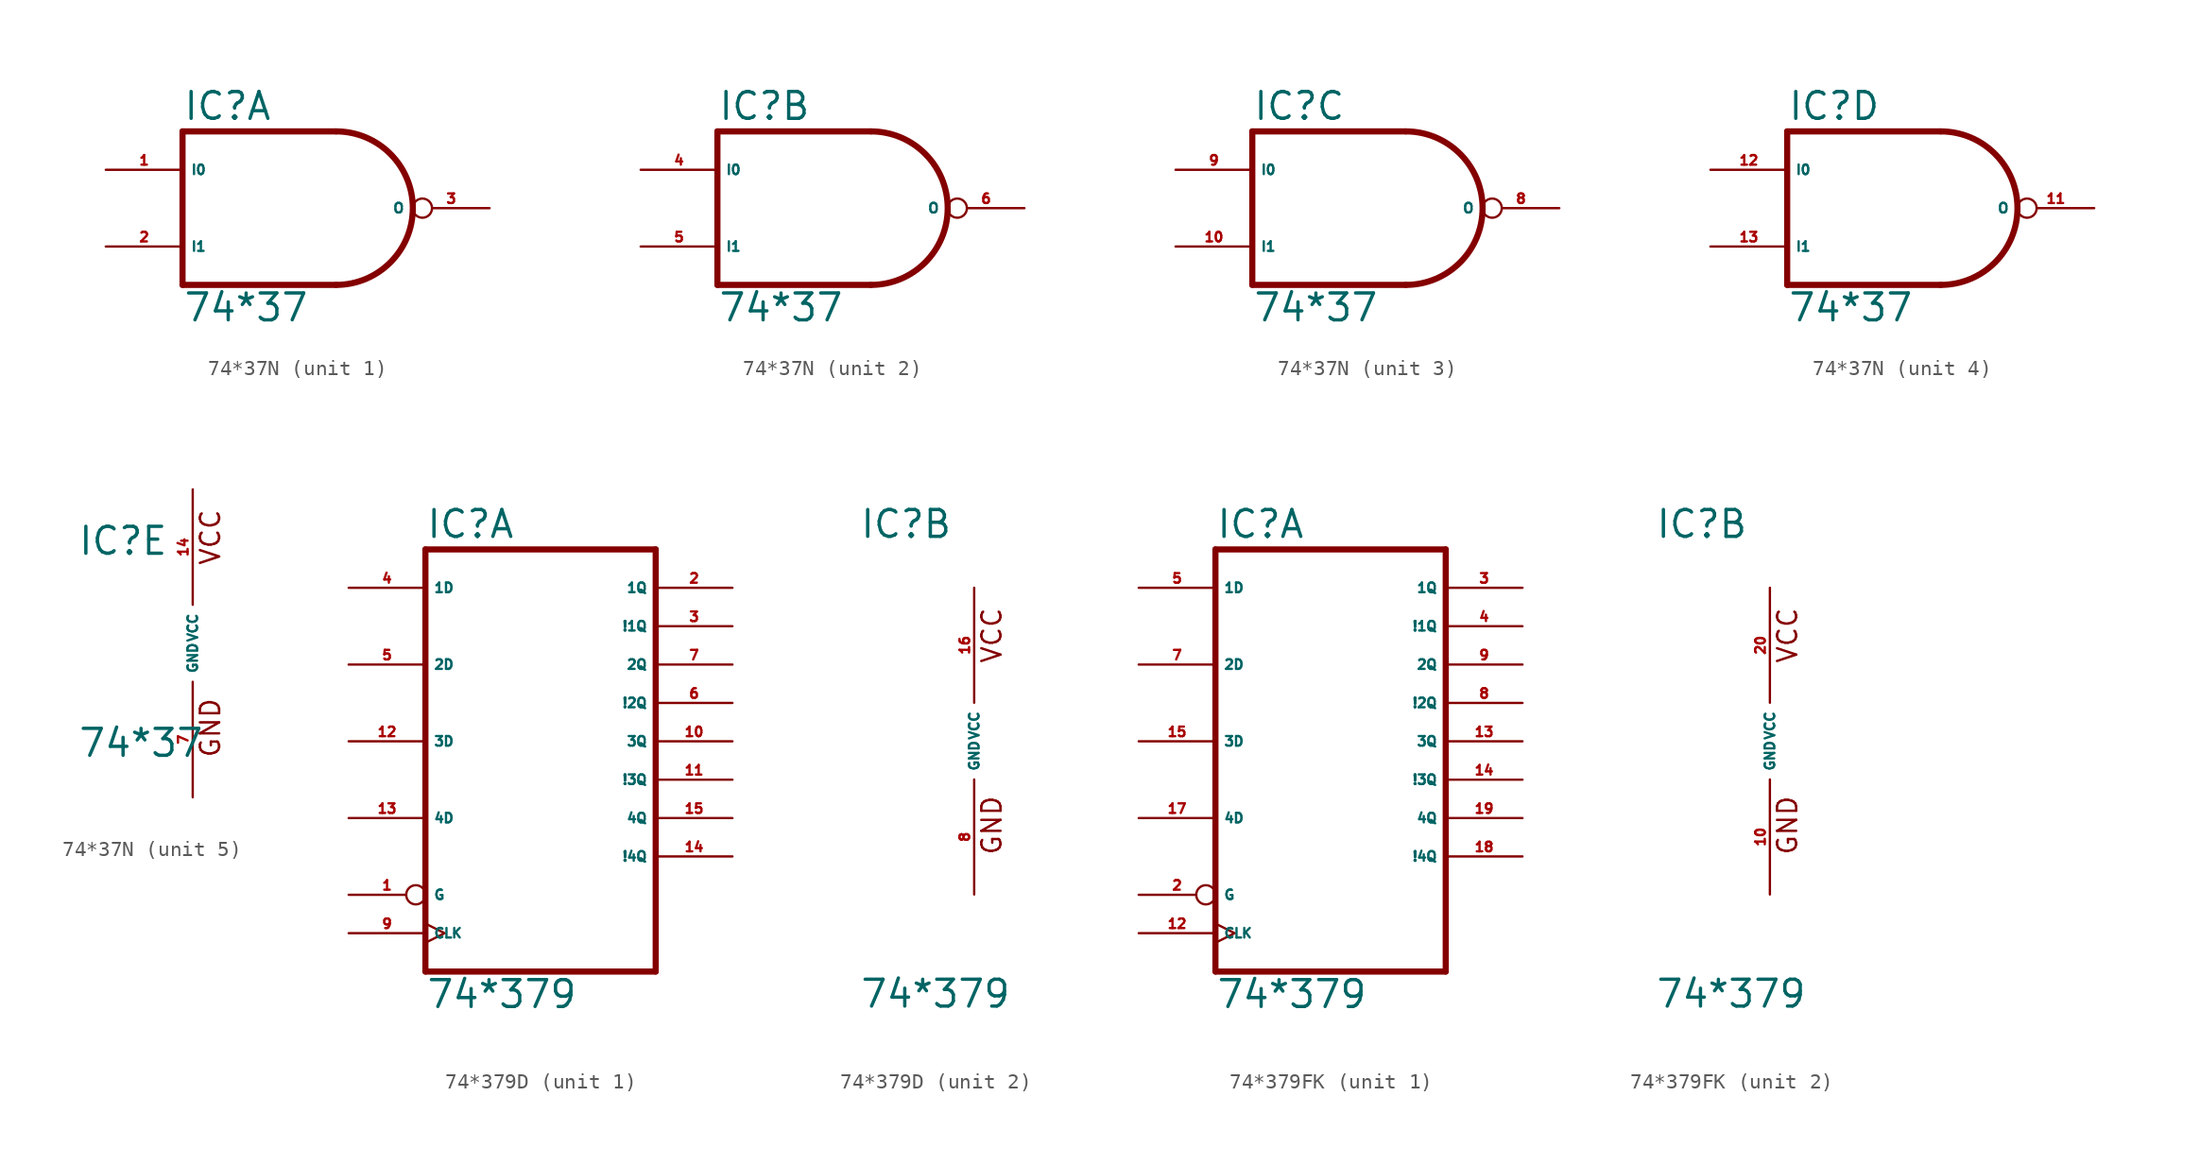
<source format=kicad_sym>
(kicad_symbol_lib
  (version 20220914)
  (generator Eagle2Kicad)
  (symbol "74*37N"
    (property "Reference" "IC"
      (at -7.62 5.715 0)
      (effects (font (size 1.778 1.778) (thickness 0.22)) (justify left bottom)))
    (property "Value" "74*37"
      (at -7.62 -7.62 0)
      (effects (font (size 1.778 1.778) (thickness 0.22)) (justify left bottom)))
    (symbol "74*37N_1_0"
      (polyline (pts (xy 2.54 5.08) (xy -7.62 5.08)) (stroke (width 0.406) (type default)) (fill (type none)))
      (polyline (pts (xy -7.62 5.08) (xy -7.62 -5.08)) (stroke (width 0.406) (type default)) (fill (type none)))
      (polyline (pts (xy -7.62 -5.08) (xy 2.54 -5.08)) (stroke (width 0.406) (type default)) (fill (type none)))
      (arc (start 2.54 -5.08) (mid 7.620 0.000) (end 2.54 5.08) (stroke (width 0.4064) (type default)) (fill (type none)))
      (pin input line (at -12.7 2.54 0) (length 5.08) (name "I0" (effects (font (size 0.635 0.635) (thickness 0.08)) (justify left bottom))) (number "1" (effects (font (size 0.635 0.635) (thickness 0.08)) (justify left bottom))))
      (pin input line (at -12.7 -2.54 0) (length 5.08) (name "I1" (effects (font (size 0.635 0.635) (thickness 0.08)) (justify left bottom))) (number "2" (effects (font (size 0.635 0.635) (thickness 0.08)) (justify left bottom))))
      (pin output inverted (at 12.7 0 180) (length 5.08) (name "O" (effects (font (size 0.635 0.635) (thickness 0.08)) (justify left bottom))) (number "3" (effects (font (size 0.635 0.635) (thickness 0.08)) (justify left bottom)))))
    (symbol "74*37N_2_0"
      (polyline (pts (xy 2.54 5.08) (xy -7.62 5.08)) (stroke (width 0.406) (type default)) (fill (type none)))
      (polyline (pts (xy -7.62 5.08) (xy -7.62 -5.08)) (stroke (width 0.406) (type default)) (fill (type none)))
      (polyline (pts (xy -7.62 -5.08) (xy 2.54 -5.08)) (stroke (width 0.406) (type default)) (fill (type none)))
      (arc (start 2.54 -5.08) (mid 7.620 0.000) (end 2.54 5.08) (stroke (width 0.4064) (type default)) (fill (type none)))
      (pin input line (at -12.7 2.54 0) (length 5.08) (name "I0" (effects (font (size 0.635 0.635) (thickness 0.08)) (justify left bottom))) (number "4" (effects (font (size 0.635 0.635) (thickness 0.08)) (justify left bottom))))
      (pin input line (at -12.7 -2.54 0) (length 5.08) (name "I1" (effects (font (size 0.635 0.635) (thickness 0.08)) (justify left bottom))) (number "5" (effects (font (size 0.635 0.635) (thickness 0.08)) (justify left bottom))))
      (pin output inverted (at 12.7 0 180) (length 5.08) (name "O" (effects (font (size 0.635 0.635) (thickness 0.08)) (justify left bottom))) (number "6" (effects (font (size 0.635 0.635) (thickness 0.08)) (justify left bottom)))))
    (symbol "74*37N_3_0"
      (polyline (pts (xy 2.54 5.08) (xy -7.62 5.08)) (stroke (width 0.406) (type default)) (fill (type none)))
      (polyline (pts (xy -7.62 5.08) (xy -7.62 -5.08)) (stroke (width 0.406) (type default)) (fill (type none)))
      (polyline (pts (xy -7.62 -5.08) (xy 2.54 -5.08)) (stroke (width 0.406) (type default)) (fill (type none)))
      (arc (start 2.54 -5.08) (mid 7.620 0.000) (end 2.54 5.08) (stroke (width 0.4064) (type default)) (fill (type none)))
      (pin input line (at -12.7 2.54 0) (length 5.08) (name "I0" (effects (font (size 0.635 0.635) (thickness 0.08)) (justify left bottom))) (number "9" (effects (font (size 0.635 0.635) (thickness 0.08)) (justify left bottom))))
      (pin input line (at -12.7 -2.54 0) (length 5.08) (name "I1" (effects (font (size 0.635 0.635) (thickness 0.08)) (justify left bottom))) (number "10" (effects (font (size 0.635 0.635) (thickness 0.08)) (justify left bottom))))
      (pin output inverted (at 12.7 0 180) (length 5.08) (name "O" (effects (font (size 0.635 0.635) (thickness 0.08)) (justify left bottom))) (number "8" (effects (font (size 0.635 0.635) (thickness 0.08)) (justify left bottom)))))
    (symbol "74*37N_4_0"
      (polyline (pts (xy 2.54 5.08) (xy -7.62 5.08)) (stroke (width 0.406) (type default)) (fill (type none)))
      (polyline (pts (xy -7.62 5.08) (xy -7.62 -5.08)) (stroke (width 0.406) (type default)) (fill (type none)))
      (polyline (pts (xy -7.62 -5.08) (xy 2.54 -5.08)) (stroke (width 0.406) (type default)) (fill (type none)))
      (arc (start 2.54 -5.08) (mid 7.620 0.000) (end 2.54 5.08) (stroke (width 0.4064) (type default)) (fill (type none)))
      (pin input line (at -12.7 2.54 0) (length 5.08) (name "I0" (effects (font (size 0.635 0.635) (thickness 0.08)) (justify left bottom))) (number "12" (effects (font (size 0.635 0.635) (thickness 0.08)) (justify left bottom))))
      (pin input line (at -12.7 -2.54 0) (length 5.08) (name "I1" (effects (font (size 0.635 0.635) (thickness 0.08)) (justify left bottom))) (number "13" (effects (font (size 0.635 0.635) (thickness 0.08)) (justify left bottom))))
      (pin output inverted (at 12.7 0 180) (length 5.08) (name "O" (effects (font (size 0.635 0.635) (thickness 0.08)) (justify left bottom))) (number "11" (effects (font (size 0.635 0.635) (thickness 0.08)) (justify left bottom)))))
    (symbol "74*37N_5_0"
      (text "GND" (at 1.905 -7.62 900) (effects (font (size 1.27 1.27) (thickness 0.16)) (justify left bottom)))
      (text "VCC" (at 1.905 5.08 900) (effects (font (size 1.27 1.27) (thickness 0.16)) (justify left bottom)))
      (pin unspecified line (at 0 -10.16 90) (length 7.62) (name "GND" (effects (font (size 0.635 0.635) (thickness 0.08)) (justify left bottom))) (number "7" (effects (font (size 0.635 0.635) (thickness 0.08)) (justify left bottom))))
      (pin unspecified line (at 0 10.16 270) (length 7.62) (name "VCC" (effects (font (size 0.635 0.635) (thickness 0.08)) (justify left bottom))) (number "14" (effects (font (size 0.635 0.635) (thickness 0.08)) (justify left bottom))))))
  (symbol "74*379D"
    (property "Reference" "IC"
      (at -7.62 13.335 0)
      (effects (font (size 1.778 1.778) (thickness 0.22)) (justify left bottom)))
    (property "Value" "74*379"
      (at -7.62 -17.78 0)
      (effects (font (size 1.778 1.778) (thickness 0.22)) (justify left bottom)))
    (symbol "74*379D_1_0"
      (polyline (pts (xy -7.62 -15.24) (xy 7.62 -15.24)) (stroke (width 0.406) (type default)) (fill (type none)))
      (polyline (pts (xy 7.62 -15.24) (xy 7.62 12.7)) (stroke (width 0.406) (type default)) (fill (type none)))
      (polyline (pts (xy 7.62 12.7) (xy -7.62 12.7)) (stroke (width 0.406) (type default)) (fill (type none)))
      (polyline (pts (xy -7.62 12.7) (xy -7.62 -15.24)) (stroke (width 0.406) (type default)) (fill (type none)))
      (pin input inverted (at -12.7 -10.16 0) (length 5.08) (name "G" (effects (font (size 0.635 0.635) (thickness 0.08)) (justify left bottom))) (number "1" (effects (font (size 0.635 0.635) (thickness 0.08)) (justify left bottom))))
      (pin output line (at 12.7 10.16 180) (length 5.08) (name "1Q" (effects (font (size 0.635 0.635) (thickness 0.08)) (justify left bottom))) (number "2" (effects (font (size 0.635 0.635) (thickness 0.08)) (justify left bottom))))
      (pin output line (at 12.7 7.62 180) (length 5.08) (name "!1Q" (effects (font (size 0.635 0.635) (thickness 0.08)) (justify left bottom))) (number "3" (effects (font (size 0.635 0.635) (thickness 0.08)) (justify left bottom))))
      (pin input line (at -12.7 10.16 0) (length 5.08) (name "1D" (effects (font (size 0.635 0.635) (thickness 0.08)) (justify left bottom))) (number "4" (effects (font (size 0.635 0.635) (thickness 0.08)) (justify left bottom))))
      (pin input line (at -12.7 5.08 0) (length 5.08) (name "2D" (effects (font (size 0.635 0.635) (thickness 0.08)) (justify left bottom))) (number "5" (effects (font (size 0.635 0.635) (thickness 0.08)) (justify left bottom))))
      (pin output line (at 12.7 2.54 180) (length 5.08) (name "!2Q" (effects (font (size 0.635 0.635) (thickness 0.08)) (justify left bottom))) (number "6" (effects (font (size 0.635 0.635) (thickness 0.08)) (justify left bottom))))
      (pin output line (at 12.7 5.08 180) (length 5.08) (name "2Q" (effects (font (size 0.635 0.635) (thickness 0.08)) (justify left bottom))) (number "7" (effects (font (size 0.635 0.635) (thickness 0.08)) (justify left bottom))))
      (pin input clock (at -12.7 -12.7 0) (length 5.08) (name "CLK" (effects (font (size 0.635 0.635) (thickness 0.08)) (justify left bottom))) (number "9" (effects (font (size 0.635 0.635) (thickness 0.08)) (justify left bottom))))
      (pin output line (at 12.7 0 180) (length 5.08) (name "3Q" (effects (font (size 0.635 0.635) (thickness 0.08)) (justify left bottom))) (number "10" (effects (font (size 0.635 0.635) (thickness 0.08)) (justify left bottom))))
      (pin output line (at 12.7 -2.54 180) (length 5.08) (name "!3Q" (effects (font (size 0.635 0.635) (thickness 0.08)) (justify left bottom))) (number "11" (effects (font (size 0.635 0.635) (thickness 0.08)) (justify left bottom))))
      (pin input line (at -12.7 0 0) (length 5.08) (name "3D" (effects (font (size 0.635 0.635) (thickness 0.08)) (justify left bottom))) (number "12" (effects (font (size 0.635 0.635) (thickness 0.08)) (justify left bottom))))
      (pin input line (at -12.7 -5.08 0) (length 5.08) (name "4D" (effects (font (size 0.635 0.635) (thickness 0.08)) (justify left bottom))) (number "13" (effects (font (size 0.635 0.635) (thickness 0.08)) (justify left bottom))))
      (pin output line (at 12.7 -7.62 180) (length 5.08) (name "!4Q" (effects (font (size 0.635 0.635) (thickness 0.08)) (justify left bottom))) (number "14" (effects (font (size 0.635 0.635) (thickness 0.08)) (justify left bottom))))
      (pin output line (at 12.7 -5.08 180) (length 5.08) (name "4Q" (effects (font (size 0.635 0.635) (thickness 0.08)) (justify left bottom))) (number "15" (effects (font (size 0.635 0.635) (thickness 0.08)) (justify left bottom)))))
    (symbol "74*379D_2_0"
      (text "GND" (at 1.905 -7.62 900) (effects (font (size 1.27 1.27) (thickness 0.16)) (justify left bottom)))
      (text "VCC" (at 1.905 5.08 900) (effects (font (size 1.27 1.27) (thickness 0.16)) (justify left bottom)))
      (pin unspecified line (at 0 -10.16 90) (length 7.62) (name "GND" (effects (font (size 0.635 0.635) (thickness 0.08)) (justify left bottom))) (number "8" (effects (font (size 0.635 0.635) (thickness 0.08)) (justify left bottom))))
      (pin unspecified line (at 0 10.16 270) (length 7.62) (name "VCC" (effects (font (size 0.635 0.635) (thickness 0.08)) (justify left bottom))) (number "16" (effects (font (size 0.635 0.635) (thickness 0.08)) (justify left bottom))))))
  (symbol "74*379FK"
    (property "Reference" "IC"
      (at -7.62 13.335 0)
      (effects (font (size 1.778 1.778) (thickness 0.22)) (justify left bottom)))
    (property "Value" "74*379"
      (at -7.62 -17.78 0)
      (effects (font (size 1.778 1.778) (thickness 0.22)) (justify left bottom)))
    (symbol "74*379FK_1_0"
      (polyline (pts (xy -7.62 -15.24) (xy 7.62 -15.24)) (stroke (width 0.406) (type default)) (fill (type none)))
      (polyline (pts (xy 7.62 -15.24) (xy 7.62 12.7)) (stroke (width 0.406) (type default)) (fill (type none)))
      (polyline (pts (xy 7.62 12.7) (xy -7.62 12.7)) (stroke (width 0.406) (type default)) (fill (type none)))
      (polyline (pts (xy -7.62 12.7) (xy -7.62 -15.24)) (stroke (width 0.406) (type default)) (fill (type none)))
      (pin input inverted (at -12.7 -10.16 0) (length 5.08) (name "G" (effects (font (size 0.635 0.635) (thickness 0.08)) (justify left bottom))) (number "2" (effects (font (size 0.635 0.635) (thickness 0.08)) (justify left bottom))))
      (pin output line (at 12.7 10.16 180) (length 5.08) (name "1Q" (effects (font (size 0.635 0.635) (thickness 0.08)) (justify left bottom))) (number "3" (effects (font (size 0.635 0.635) (thickness 0.08)) (justify left bottom))))
      (pin output line (at 12.7 7.62 180) (length 5.08) (name "!1Q" (effects (font (size 0.635 0.635) (thickness 0.08)) (justify left bottom))) (number "4" (effects (font (size 0.635 0.635) (thickness 0.08)) (justify left bottom))))
      (pin input line (at -12.7 10.16 0) (length 5.08) (name "1D" (effects (font (size 0.635 0.635) (thickness 0.08)) (justify left bottom))) (number "5" (effects (font (size 0.635 0.635) (thickness 0.08)) (justify left bottom))))
      (pin input line (at -12.7 5.08 0) (length 5.08) (name "2D" (effects (font (size 0.635 0.635) (thickness 0.08)) (justify left bottom))) (number "7" (effects (font (size 0.635 0.635) (thickness 0.08)) (justify left bottom))))
      (pin output line (at 12.7 2.54 180) (length 5.08) (name "!2Q" (effects (font (size 0.635 0.635) (thickness 0.08)) (justify left bottom))) (number "8" (effects (font (size 0.635 0.635) (thickness 0.08)) (justify left bottom))))
      (pin output line (at 12.7 5.08 180) (length 5.08) (name "2Q" (effects (font (size 0.635 0.635) (thickness 0.08)) (justify left bottom))) (number "9" (effects (font (size 0.635 0.635) (thickness 0.08)) (justify left bottom))))
      (pin input clock (at -12.7 -12.7 0) (length 5.08) (name "CLK" (effects (font (size 0.635 0.635) (thickness 0.08)) (justify left bottom))) (number "12" (effects (font (size 0.635 0.635) (thickness 0.08)) (justify left bottom))))
      (pin output line (at 12.7 0 180) (length 5.08) (name "3Q" (effects (font (size 0.635 0.635) (thickness 0.08)) (justify left bottom))) (number "13" (effects (font (size 0.635 0.635) (thickness 0.08)) (justify left bottom))))
      (pin output line (at 12.7 -2.54 180) (length 5.08) (name "!3Q" (effects (font (size 0.635 0.635) (thickness 0.08)) (justify left bottom))) (number "14" (effects (font (size 0.635 0.635) (thickness 0.08)) (justify left bottom))))
      (pin input line (at -12.7 0 0) (length 5.08) (name "3D" (effects (font (size 0.635 0.635) (thickness 0.08)) (justify left bottom))) (number "15" (effects (font (size 0.635 0.635) (thickness 0.08)) (justify left bottom))))
      (pin input line (at -12.7 -5.08 0) (length 5.08) (name "4D" (effects (font (size 0.635 0.635) (thickness 0.08)) (justify left bottom))) (number "17" (effects (font (size 0.635 0.635) (thickness 0.08)) (justify left bottom))))
      (pin output line (at 12.7 -7.62 180) (length 5.08) (name "!4Q" (effects (font (size 0.635 0.635) (thickness 0.08)) (justify left bottom))) (number "18" (effects (font (size 0.635 0.635) (thickness 0.08)) (justify left bottom))))
      (pin output line (at 12.7 -5.08 180) (length 5.08) (name "4Q" (effects (font (size 0.635 0.635) (thickness 0.08)) (justify left bottom))) (number "19" (effects (font (size 0.635 0.635) (thickness 0.08)) (justify left bottom)))))
    (symbol "74*379FK_2_0"
      (text "GND" (at 1.905 -7.62 900) (effects (font (size 1.27 1.27) (thickness 0.16)) (justify left bottom)))
      (text "VCC" (at 1.905 5.08 900) (effects (font (size 1.27 1.27) (thickness 0.16)) (justify left bottom)))
      (pin unspecified line (at 0 -10.16 90) (length 7.62) (name "GND" (effects (font (size 0.635 0.635) (thickness 0.08)) (justify left bottom))) (number "10" (effects (font (size 0.635 0.635) (thickness 0.08)) (justify left bottom))))
      (pin unspecified line (at 0 10.16 270) (length 7.62) (name "VCC" (effects (font (size 0.635 0.635) (thickness 0.08)) (justify left bottom))) (number "20" (effects (font (size 0.635 0.635) (thickness 0.08)) (justify left bottom)))))))
</source>
